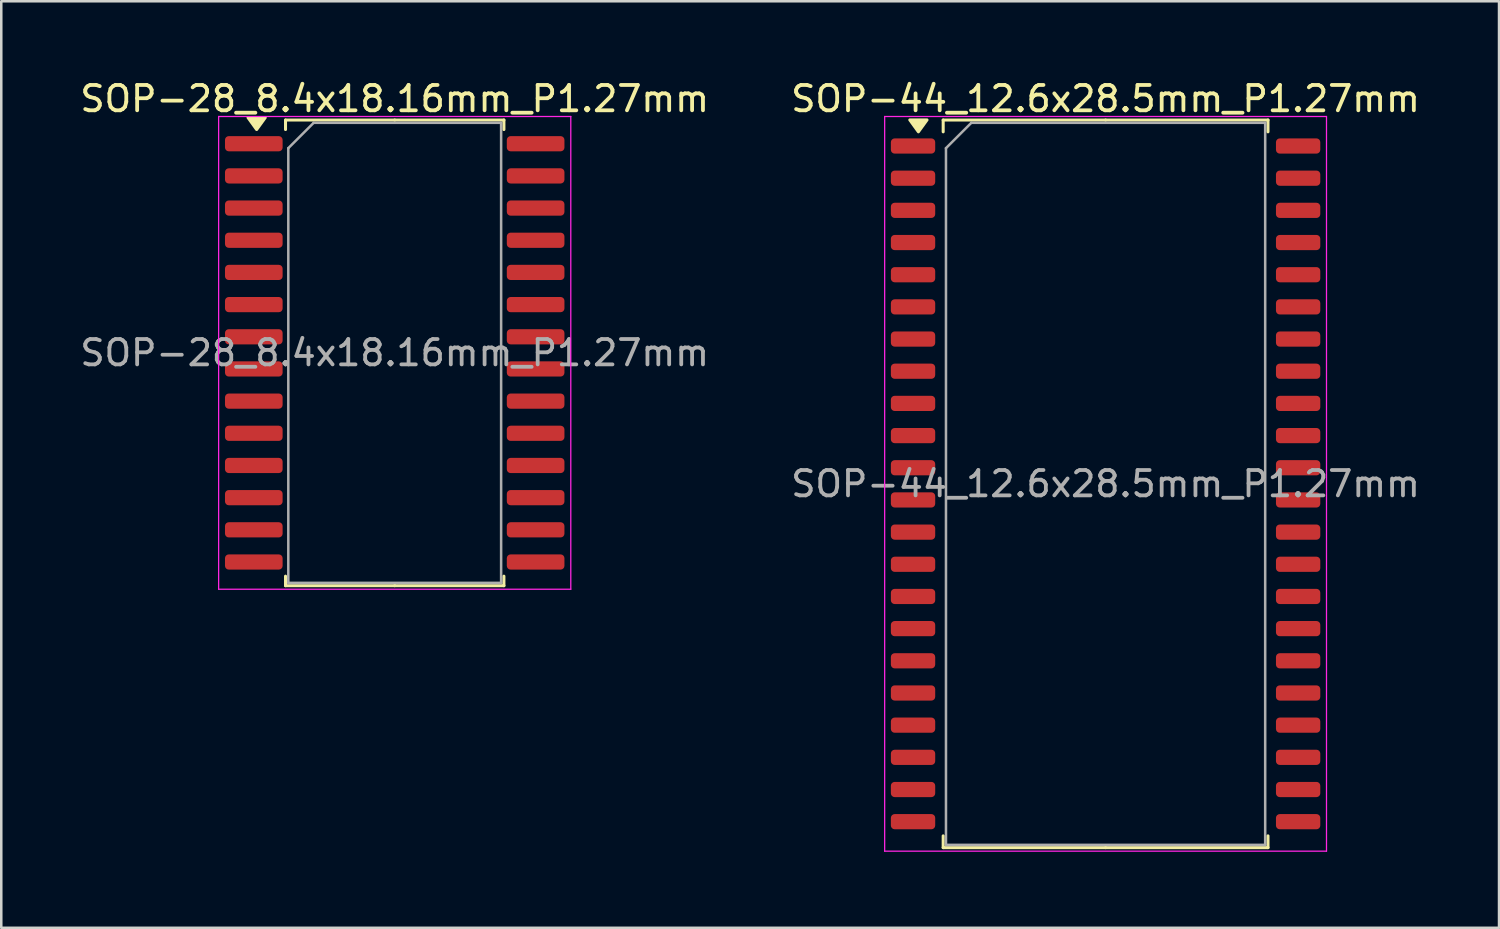
<source format=kicad_pcb>
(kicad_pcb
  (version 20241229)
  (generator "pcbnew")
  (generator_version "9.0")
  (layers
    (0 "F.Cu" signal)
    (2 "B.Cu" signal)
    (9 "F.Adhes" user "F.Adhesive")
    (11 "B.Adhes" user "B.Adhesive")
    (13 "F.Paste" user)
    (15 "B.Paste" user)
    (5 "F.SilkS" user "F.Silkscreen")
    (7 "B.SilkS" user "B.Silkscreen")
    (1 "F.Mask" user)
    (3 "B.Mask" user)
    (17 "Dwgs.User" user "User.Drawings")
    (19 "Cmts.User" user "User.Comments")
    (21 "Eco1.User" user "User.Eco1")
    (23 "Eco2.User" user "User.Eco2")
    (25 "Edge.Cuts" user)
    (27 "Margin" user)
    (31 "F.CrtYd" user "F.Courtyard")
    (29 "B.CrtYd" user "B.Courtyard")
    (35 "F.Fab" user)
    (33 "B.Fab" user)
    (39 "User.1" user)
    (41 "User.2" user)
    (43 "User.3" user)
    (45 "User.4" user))
  (footprint "SOP-44_12.6x28.5mm_P1.27mm"
    (layer "F.Cu")
    (at 40.589 16.048)
    (property "Reference" "SOP-44_12.6x28.5mm_P1.27mm" (at 0 -15.2 0) (layer "F.SilkS") (effects (font (size 1 1) (thickness 0.15))))
    (attr smd)
    (fp_line (start -6.41 -14.36) (end -6.41 -13.895) (stroke (width 0.12) (type solid)) (layer "F.SilkS"))
    (fp_line (start -6.41 14.36) (end -6.41 13.895) (stroke (width 0.12) (type solid)) (layer "F.SilkS"))
    (fp_line (start 0 -14.36) (end -6.41 -14.36) (stroke (width 0.12) (type solid)) (layer "F.SilkS"))
    (fp_line (start 0 -14.36) (end 6.41 -14.36) (stroke (width 0.12) (type solid)) (layer "F.SilkS"))
    (fp_line (start 0 14.36) (end -6.41 14.36) (stroke (width 0.12) (type solid)) (layer "F.SilkS"))
    (fp_line (start 0 14.36) (end 6.41 14.36) (stroke (width 0.12) (type solid)) (layer "F.SilkS"))
    (fp_line (start 6.41 -14.36) (end 6.41 -13.895) (stroke (width 0.12) (type solid)) (layer "F.SilkS"))
    (fp_line (start 6.41 14.36) (end 6.41 13.895) (stroke (width 0.12) (type solid)) (layer "F.SilkS"))
    (fp_poly (pts (xy -7.388 -13.895) (xy -7.728 -14.365) (xy -7.048 -14.365) (xy -7.388 -13.895)) (stroke (width 0.12) (type solid)) (fill yes) (layer "F.SilkS"))
    (fp_line (start -8.72 -14.5) (end -8.72 14.5) (stroke (width 0.05) (type solid)) (layer "F.CrtYd"))
    (fp_line (start -8.72 14.5) (end 8.72 14.5) (stroke (width 0.05) (type solid)) (layer "F.CrtYd"))
    (fp_line (start 8.72 -14.5) (end -8.72 -14.5) (stroke (width 0.05) (type solid)) (layer "F.CrtYd"))
    (fp_line (start 8.72 14.5) (end 8.72 -14.5) (stroke (width 0.05) (type solid)) (layer "F.CrtYd"))
    (fp_line (start -6.3 -13.25) (end -5.3 -14.25) (stroke (width 0.1) (type solid)) (layer "F.Fab"))
    (fp_line (start -6.3 14.25) (end -6.3 -13.25) (stroke (width 0.1) (type solid)) (layer "F.Fab"))
    (fp_line (start -5.3 -14.25) (end 6.3 -14.25) (stroke (width 0.1) (type solid)) (layer "F.Fab"))
    (fp_line (start 6.3 -14.25) (end 6.3 14.25) (stroke (width 0.1) (type solid)) (layer "F.Fab"))
    (fp_line (start 6.3 14.25) (end -6.3 14.25) (stroke (width 0.1) (type solid)) (layer "F.Fab"))
    (fp_text user "${REFERENCE}" (at 0 0 0) (layer "F.Fab") (effects (font (size 1 1) (thickness 0.15))))
    (pad "1" smd roundrect (at -7.6 -13.335) (size 1.75 0.6) (layers "F.Cu" "F.Mask" "F.Paste") (roundrect_rratio 0.25))
    (pad "2" smd roundrect (at -7.6 -12.065) (size 1.75 0.6) (layers "F.Cu" "F.Mask" "F.Paste") (roundrect_rratio 0.25))
    (pad "3" smd roundrect (at -7.6 -10.795) (size 1.75 0.6) (layers "F.Cu" "F.Mask" "F.Paste") (roundrect_rratio 0.25))
    (pad "4" smd roundrect (at -7.6 -9.525) (size 1.75 0.6) (layers "F.Cu" "F.Mask" "F.Paste") (roundrect_rratio 0.25))
    (pad "5" smd roundrect (at -7.6 -8.255) (size 1.75 0.6) (layers "F.Cu" "F.Mask" "F.Paste") (roundrect_rratio 0.25))
    (pad "6" smd roundrect (at -7.6 -6.985) (size 1.75 0.6) (layers "F.Cu" "F.Mask" "F.Paste") (roundrect_rratio 0.25))
    (pad "7" smd roundrect (at -7.6 -5.715) (size 1.75 0.6) (layers "F.Cu" "F.Mask" "F.Paste") (roundrect_rratio 0.25))
    (pad "8" smd roundrect (at -7.6 -4.445) (size 1.75 0.6) (layers "F.Cu" "F.Mask" "F.Paste") (roundrect_rratio 0.25))
    (pad "9" smd roundrect (at -7.6 -3.175) (size 1.75 0.6) (layers "F.Cu" "F.Mask" "F.Paste") (roundrect_rratio 0.25))
    (pad "10" smd roundrect (at -7.6 -1.905) (size 1.75 0.6) (layers "F.Cu" "F.Mask" "F.Paste") (roundrect_rratio 0.25))
    (pad "11" smd roundrect (at -7.6 -0.635) (size 1.75 0.6) (layers "F.Cu" "F.Mask" "F.Paste") (roundrect_rratio 0.25))
    (pad "12" smd roundrect (at -7.6 0.635) (size 1.75 0.6) (layers "F.Cu" "F.Mask" "F.Paste") (roundrect_rratio 0.25))
    (pad "13" smd roundrect (at -7.6 1.905) (size 1.75 0.6) (layers "F.Cu" "F.Mask" "F.Paste") (roundrect_rratio 0.25))
    (pad "14" smd roundrect (at -7.6 3.175) (size 1.75 0.6) (layers "F.Cu" "F.Mask" "F.Paste") (roundrect_rratio 0.25))
    (pad "15" smd roundrect (at -7.6 4.445) (size 1.75 0.6) (layers "F.Cu" "F.Mask" "F.Paste") (roundrect_rratio 0.25))
    (pad "16" smd roundrect (at -7.6 5.715) (size 1.75 0.6) (layers "F.Cu" "F.Mask" "F.Paste") (roundrect_rratio 0.25))
    (pad "17" smd roundrect (at -7.6 6.985) (size 1.75 0.6) (layers "F.Cu" "F.Mask" "F.Paste") (roundrect_rratio 0.25))
    (pad "18" smd roundrect (at -7.6 8.255) (size 1.75 0.6) (layers "F.Cu" "F.Mask" "F.Paste") (roundrect_rratio 0.25))
    (pad "19" smd roundrect (at -7.6 9.525) (size 1.75 0.6) (layers "F.Cu" "F.Mask" "F.Paste") (roundrect_rratio 0.25))
    (pad "20" smd roundrect (at -7.6 10.795) (size 1.75 0.6) (layers "F.Cu" "F.Mask" "F.Paste") (roundrect_rratio 0.25))
    (pad "21" smd roundrect (at -7.6 12.065) (size 1.75 0.6) (layers "F.Cu" "F.Mask" "F.Paste") (roundrect_rratio 0.25))
    (pad "22" smd roundrect (at -7.6 13.335) (size 1.75 0.6) (layers "F.Cu" "F.Mask" "F.Paste") (roundrect_rratio 0.25))
    (pad "23" smd roundrect (at 7.6 13.335) (size 1.75 0.6) (layers "F.Cu" "F.Mask" "F.Paste") (roundrect_rratio 0.25))
    (pad "24" smd roundrect (at 7.6 12.065) (size 1.75 0.6) (layers "F.Cu" "F.Mask" "F.Paste") (roundrect_rratio 0.25))
    (pad "25" smd roundrect (at 7.6 10.795) (size 1.75 0.6) (layers "F.Cu" "F.Mask" "F.Paste") (roundrect_rratio 0.25))
    (pad "26" smd roundrect (at 7.6 9.525) (size 1.75 0.6) (layers "F.Cu" "F.Mask" "F.Paste") (roundrect_rratio 0.25))
    (pad "27" smd roundrect (at 7.6 8.255) (size 1.75 0.6) (layers "F.Cu" "F.Mask" "F.Paste") (roundrect_rratio 0.25))
    (pad "28" smd roundrect (at 7.6 6.985) (size 1.75 0.6) (layers "F.Cu" "F.Mask" "F.Paste") (roundrect_rratio 0.25))
    (pad "29" smd roundrect (at 7.6 5.715) (size 1.75 0.6) (layers "F.Cu" "F.Mask" "F.Paste") (roundrect_rratio 0.25))
    (pad "30" smd roundrect (at 7.6 4.445) (size 1.75 0.6) (layers "F.Cu" "F.Mask" "F.Paste") (roundrect_rratio 0.25))
    (pad "31" smd roundrect (at 7.6 3.175) (size 1.75 0.6) (layers "F.Cu" "F.Mask" "F.Paste") (roundrect_rratio 0.25))
    (pad "32" smd roundrect (at 7.6 1.905) (size 1.75 0.6) (layers "F.Cu" "F.Mask" "F.Paste") (roundrect_rratio 0.25))
    (pad "33" smd roundrect (at 7.6 0.635) (size 1.75 0.6) (layers "F.Cu" "F.Mask" "F.Paste") (roundrect_rratio 0.25))
    (pad "34" smd roundrect (at 7.6 -0.635) (size 1.75 0.6) (layers "F.Cu" "F.Mask" "F.Paste") (roundrect_rratio 0.25))
    (pad "35" smd roundrect (at 7.6 -1.905) (size 1.75 0.6) (layers "F.Cu" "F.Mask" "F.Paste") (roundrect_rratio 0.25))
    (pad "36" smd roundrect (at 7.6 -3.175) (size 1.75 0.6) (layers "F.Cu" "F.Mask" "F.Paste") (roundrect_rratio 0.25))
    (pad "37" smd roundrect (at 7.6 -4.445) (size 1.75 0.6) (layers "F.Cu" "F.Mask" "F.Paste") (roundrect_rratio 0.25))
    (pad "38" smd roundrect (at 7.6 -5.715) (size 1.75 0.6) (layers "F.Cu" "F.Mask" "F.Paste") (roundrect_rratio 0.25))
    (pad "39" smd roundrect (at 7.6 -6.985) (size 1.75 0.6) (layers "F.Cu" "F.Mask" "F.Paste") (roundrect_rratio 0.25))
    (pad "40" smd roundrect (at 7.6 -8.255) (size 1.75 0.6) (layers "F.Cu" "F.Mask" "F.Paste") (roundrect_rratio 0.25))
    (pad "41" smd roundrect (at 7.6 -9.525) (size 1.75 0.6) (layers "F.Cu" "F.Mask" "F.Paste") (roundrect_rratio 0.25))
    (pad "42" smd roundrect (at 7.6 -10.795) (size 1.75 0.6) (layers "F.Cu" "F.Mask" "F.Paste") (roundrect_rratio 0.25))
    (pad "43" smd roundrect (at 7.6 -12.065) (size 1.75 0.6) (layers "F.Cu" "F.Mask" "F.Paste") (roundrect_rratio 0.25))
    (pad "44" smd roundrect (at 7.6 -13.335) (size 1.75 0.6) (layers "F.Cu" "F.Mask" "F.Paste") (roundrect_rratio 0.25)))
  (footprint "SOP-28_8.4x18.16mm_P1.27mm"
    (layer "F.Cu")
    (at 12.53 10.878)
    (property "Reference" "SOP-28_8.4x18.16mm_P1.27mm" (at 0 -10.03 0) (layer "F.SilkS") (effects (font (size 1 1) (thickness 0.15))))
    (attr smd)
    (fp_line (start -4.31 -9.19) (end -4.31 -8.815) (stroke (width 0.12) (type solid)) (layer "F.SilkS"))
    (fp_line (start -4.31 9.19) (end -4.31 8.815) (stroke (width 0.12) (type solid)) (layer "F.SilkS"))
    (fp_line (start 0 -9.19) (end -4.31 -9.19) (stroke (width 0.12) (type solid)) (layer "F.SilkS"))
    (fp_line (start 0 -9.19) (end 4.31 -9.19) (stroke (width 0.12) (type solid)) (layer "F.SilkS"))
    (fp_line (start 0 9.19) (end -4.31 9.19) (stroke (width 0.12) (type solid)) (layer "F.SilkS"))
    (fp_line (start 0 9.19) (end 4.31 9.19) (stroke (width 0.12) (type solid)) (layer "F.SilkS"))
    (fp_line (start 4.31 -9.19) (end 4.31 -8.815) (stroke (width 0.12) (type solid)) (layer "F.SilkS"))
    (fp_line (start 4.31 9.19) (end 4.31 8.815) (stroke (width 0.12) (type solid)) (layer "F.SilkS"))
    (fp_poly (pts (xy -5.45 -8.815) (xy -5.79 -9.285) (xy -5.11 -9.285) (xy -5.45 -8.815)) (stroke (width 0.12) (type solid)) (fill yes) (layer "F.SilkS"))
    (fp_line (start -6.95 -9.33) (end -6.95 9.33) (stroke (width 0.05) (type solid)) (layer "F.CrtYd"))
    (fp_line (start -6.95 9.33) (end 6.95 9.33) (stroke (width 0.05) (type solid)) (layer "F.CrtYd"))
    (fp_line (start 6.95 -9.33) (end -6.95 -9.33) (stroke (width 0.05) (type solid)) (layer "F.CrtYd"))
    (fp_line (start 6.95 9.33) (end 6.95 -9.33) (stroke (width 0.05) (type solid)) (layer "F.CrtYd"))
    (fp_line (start -4.2 -8.08) (end -3.2 -9.08) (stroke (width 0.1) (type solid)) (layer "F.Fab"))
    (fp_line (start -4.2 9.08) (end -4.2 -8.08) (stroke (width 0.1) (type solid)) (layer "F.Fab"))
    (fp_line (start -3.2 -9.08) (end 4.2 -9.08) (stroke (width 0.1) (type solid)) (layer "F.Fab"))
    (fp_line (start 4.2 -9.08) (end 4.2 9.08) (stroke (width 0.1) (type solid)) (layer "F.Fab"))
    (fp_line (start 4.2 9.08) (end -4.2 9.08) (stroke (width 0.1) (type solid)) (layer "F.Fab"))
    (fp_text user "${REFERENCE}" (at 0 0 0) (layer "F.Fab") (effects (font (size 1 1) (thickness 0.15))))
    (pad "1" smd roundrect (at -5.562 -8.255) (size 2.275 0.6) (layers "F.Cu" "F.Mask" "F.Paste") (roundrect_rratio 0.25))
    (pad "2" smd roundrect (at -5.562 -6.985) (size 2.275 0.6) (layers "F.Cu" "F.Mask" "F.Paste") (roundrect_rratio 0.25))
    (pad "3" smd roundrect (at -5.562 -5.715) (size 2.275 0.6) (layers "F.Cu" "F.Mask" "F.Paste") (roundrect_rratio 0.25))
    (pad "4" smd roundrect (at -5.562 -4.445) (size 2.275 0.6) (layers "F.Cu" "F.Mask" "F.Paste") (roundrect_rratio 0.25))
    (pad "5" smd roundrect (at -5.562 -3.175) (size 2.275 0.6) (layers "F.Cu" "F.Mask" "F.Paste") (roundrect_rratio 0.25))
    (pad "6" smd roundrect (at -5.562 -1.905) (size 2.275 0.6) (layers "F.Cu" "F.Mask" "F.Paste") (roundrect_rratio 0.25))
    (pad "7" smd roundrect (at -5.562 -0.635) (size 2.275 0.6) (layers "F.Cu" "F.Mask" "F.Paste") (roundrect_rratio 0.25))
    (pad "8" smd roundrect (at -5.562 0.635) (size 2.275 0.6) (layers "F.Cu" "F.Mask" "F.Paste") (roundrect_rratio 0.25))
    (pad "9" smd roundrect (at -5.562 1.905) (size 2.275 0.6) (layers "F.Cu" "F.Mask" "F.Paste") (roundrect_rratio 0.25))
    (pad "10" smd roundrect (at -5.562 3.175) (size 2.275 0.6) (layers "F.Cu" "F.Mask" "F.Paste") (roundrect_rratio 0.25))
    (pad "11" smd roundrect (at -5.562 4.445) (size 2.275 0.6) (layers "F.Cu" "F.Mask" "F.Paste") (roundrect_rratio 0.25))
    (pad "12" smd roundrect (at -5.562 5.715) (size 2.275 0.6) (layers "F.Cu" "F.Mask" "F.Paste") (roundrect_rratio 0.25))
    (pad "13" smd roundrect (at -5.562 6.985) (size 2.275 0.6) (layers "F.Cu" "F.Mask" "F.Paste") (roundrect_rratio 0.25))
    (pad "14" smd roundrect (at -5.562 8.255) (size 2.275 0.6) (layers "F.Cu" "F.Mask" "F.Paste") (roundrect_rratio 0.25))
    (pad "15" smd roundrect (at 5.562 8.255) (size 2.275 0.6) (layers "F.Cu" "F.Mask" "F.Paste") (roundrect_rratio 0.25))
    (pad "16" smd roundrect (at 5.562 6.985) (size 2.275 0.6) (layers "F.Cu" "F.Mask" "F.Paste") (roundrect_rratio 0.25))
    (pad "17" smd roundrect (at 5.562 5.715) (size 2.275 0.6) (layers "F.Cu" "F.Mask" "F.Paste") (roundrect_rratio 0.25))
    (pad "18" smd roundrect (at 5.562 4.445) (size 2.275 0.6) (layers "F.Cu" "F.Mask" "F.Paste") (roundrect_rratio 0.25))
    (pad "19" smd roundrect (at 5.562 3.175) (size 2.275 0.6) (layers "F.Cu" "F.Mask" "F.Paste") (roundrect_rratio 0.25))
    (pad "20" smd roundrect (at 5.562 1.905) (size 2.275 0.6) (layers "F.Cu" "F.Mask" "F.Paste") (roundrect_rratio 0.25))
    (pad "21" smd roundrect (at 5.562 0.635) (size 2.275 0.6) (layers "F.Cu" "F.Mask" "F.Paste") (roundrect_rratio 0.25))
    (pad "22" smd roundrect (at 5.562 -0.635) (size 2.275 0.6) (layers "F.Cu" "F.Mask" "F.Paste") (roundrect_rratio 0.25))
    (pad "23" smd roundrect (at 5.562 -1.905) (size 2.275 0.6) (layers "F.Cu" "F.Mask" "F.Paste") (roundrect_rratio 0.25))
    (pad "24" smd roundrect (at 5.562 -3.175) (size 2.275 0.6) (layers "F.Cu" "F.Mask" "F.Paste") (roundrect_rratio 0.25))
    (pad "25" smd roundrect (at 5.562 -4.445) (size 2.275 0.6) (layers "F.Cu" "F.Mask" "F.Paste") (roundrect_rratio 0.25))
    (pad "26" smd roundrect (at 5.562 -5.715) (size 2.275 0.6) (layers "F.Cu" "F.Mask" "F.Paste") (roundrect_rratio 0.25))
    (pad "27" smd roundrect (at 5.562 -6.985) (size 2.275 0.6) (layers "F.Cu" "F.Mask" "F.Paste") (roundrect_rratio 0.25))
    (pad "28" smd roundrect (at 5.562 -8.255) (size 2.275 0.6) (layers "F.Cu" "F.Mask" "F.Paste") (roundrect_rratio 0.25)))
  (gr_rect
    (start -3 -3)
    (end 56.119 33.573)
    (stroke (width 0.1) (type default))
    (fill no)
    (layer "Edge.Cuts")))
</source>
